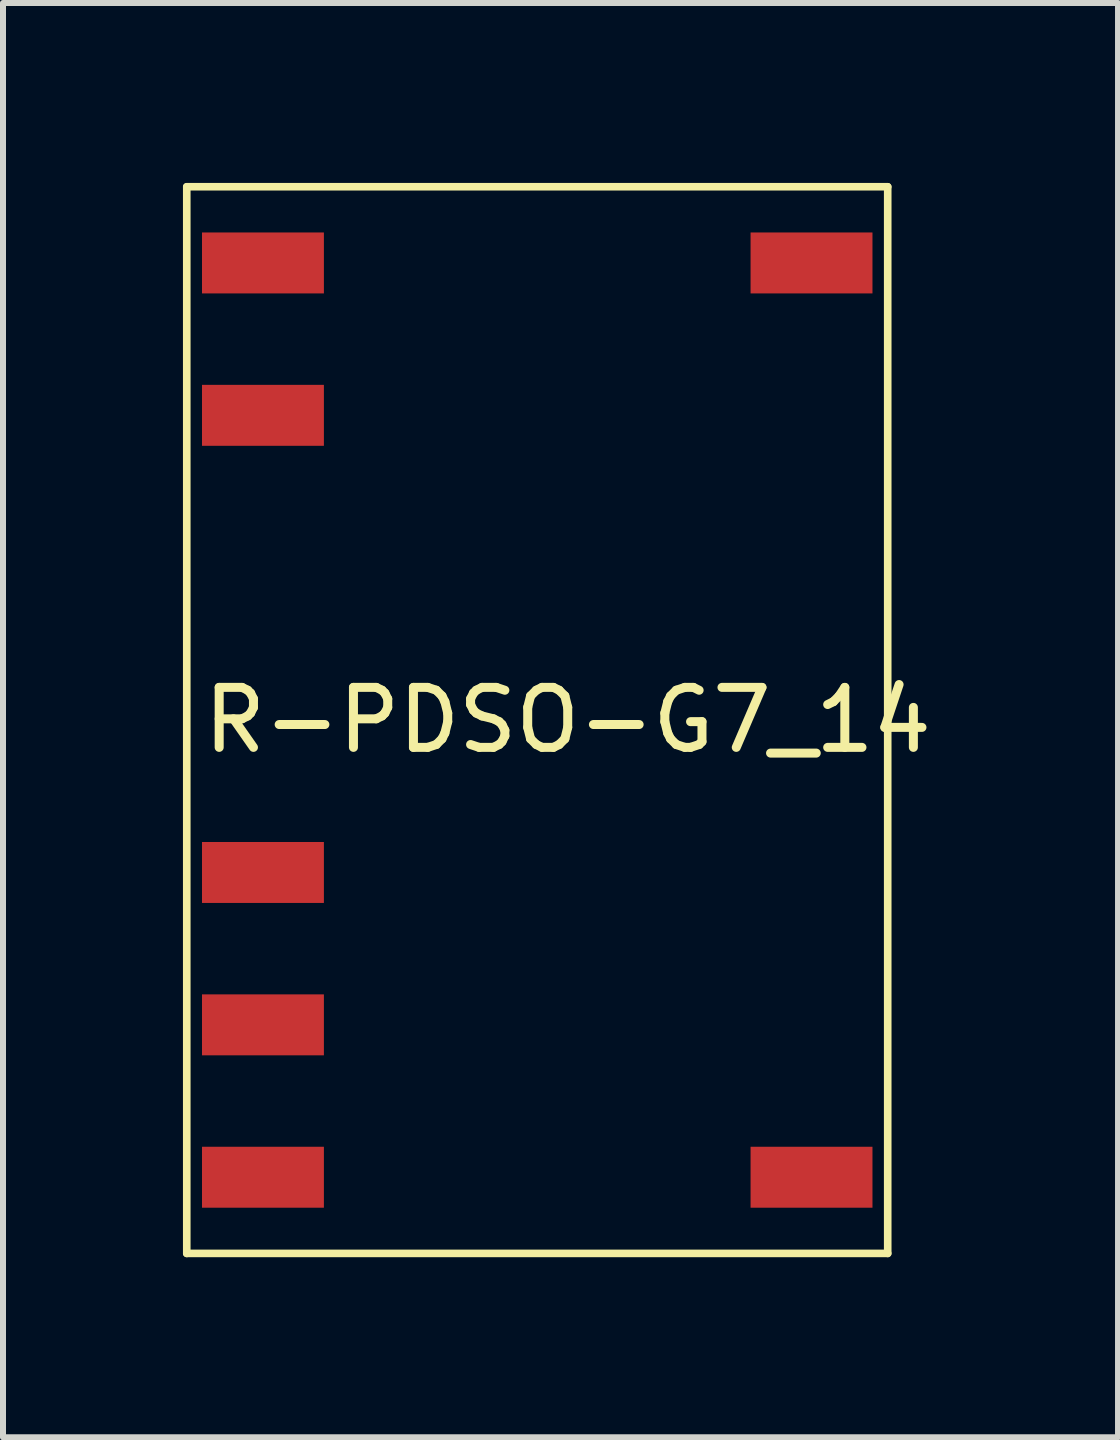
<source format=kicad_pcb>
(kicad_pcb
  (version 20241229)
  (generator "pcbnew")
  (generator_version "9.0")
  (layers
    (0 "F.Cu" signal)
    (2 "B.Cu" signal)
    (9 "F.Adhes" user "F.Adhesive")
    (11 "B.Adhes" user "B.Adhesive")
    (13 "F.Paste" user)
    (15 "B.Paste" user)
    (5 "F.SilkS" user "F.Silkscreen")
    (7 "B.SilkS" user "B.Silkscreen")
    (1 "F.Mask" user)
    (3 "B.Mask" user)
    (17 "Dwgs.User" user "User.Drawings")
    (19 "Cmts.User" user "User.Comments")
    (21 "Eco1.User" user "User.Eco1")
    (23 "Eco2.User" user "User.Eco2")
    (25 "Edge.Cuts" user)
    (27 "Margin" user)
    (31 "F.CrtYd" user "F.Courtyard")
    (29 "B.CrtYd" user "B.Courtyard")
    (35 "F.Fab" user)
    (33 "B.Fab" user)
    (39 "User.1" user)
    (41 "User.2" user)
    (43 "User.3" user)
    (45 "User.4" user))
  (footprint "R-PDSO-G7_14"
    (layer "F.Cu")
    (at 1.333 1.333)
    (property "Reference" "R-PDSO-G7_14" (at 5.08 7.62 0) (layer "F.SilkS") (effects (font (size 1 1) (thickness 0.15))))
    (attr through_hole)
    (fp_line (start -1.27 -1.27) (end -1.27 16.51) (stroke (width 0.127) (type solid)) (layer "F.SilkS"))
    (fp_line (start -1.27 16.51) (end 10.414 16.51) (stroke (width 0.127) (type solid)) (layer "F.SilkS"))
    (fp_line (start 10.414 -1.27) (end -1.27 -1.27) (stroke (width 0.127) (type solid)) (layer "F.SilkS"))
    (fp_line (start 10.414 16.51) (end 10.414 -1.27) (stroke (width 0.127) (type solid)) (layer "F.SilkS"))
    (pad "1" smd rect (at 0 0) (size 2.032 1.016) (layers "F.Cu" "F.Mask" "F.Paste"))
    (pad "2" smd rect (at 0 2.54) (size 2.032 1.016) (layers "F.Cu" "F.Mask" "F.Paste"))
    (pad "5" smd rect (at 0 10.16) (size 2.032 1.016) (layers "F.Cu" "F.Mask" "F.Paste"))
    (pad "6" smd rect (at 0 12.7) (size 2.032 1.016) (layers "F.Cu" "F.Mask" "F.Paste"))
    (pad "7" smd rect (at 0 15.24) (size 2.032 1.016) (layers "F.Cu" "F.Mask" "F.Paste"))
    (pad "8" smd rect (at 9.144 15.24) (size 2.032 1.016) (layers "F.Cu" "F.Mask" "F.Paste"))
    (pad "14" smd rect (at 9.144 0) (size 2.032 1.016) (layers "F.Cu" "F.Mask" "F.Paste")))
  (gr_rect
    (start -3 -3)
    (end 15.586 20.907)
    (stroke (width 0.1) (type default))
    (fill no)
    (layer "Edge.Cuts")))
</source>
